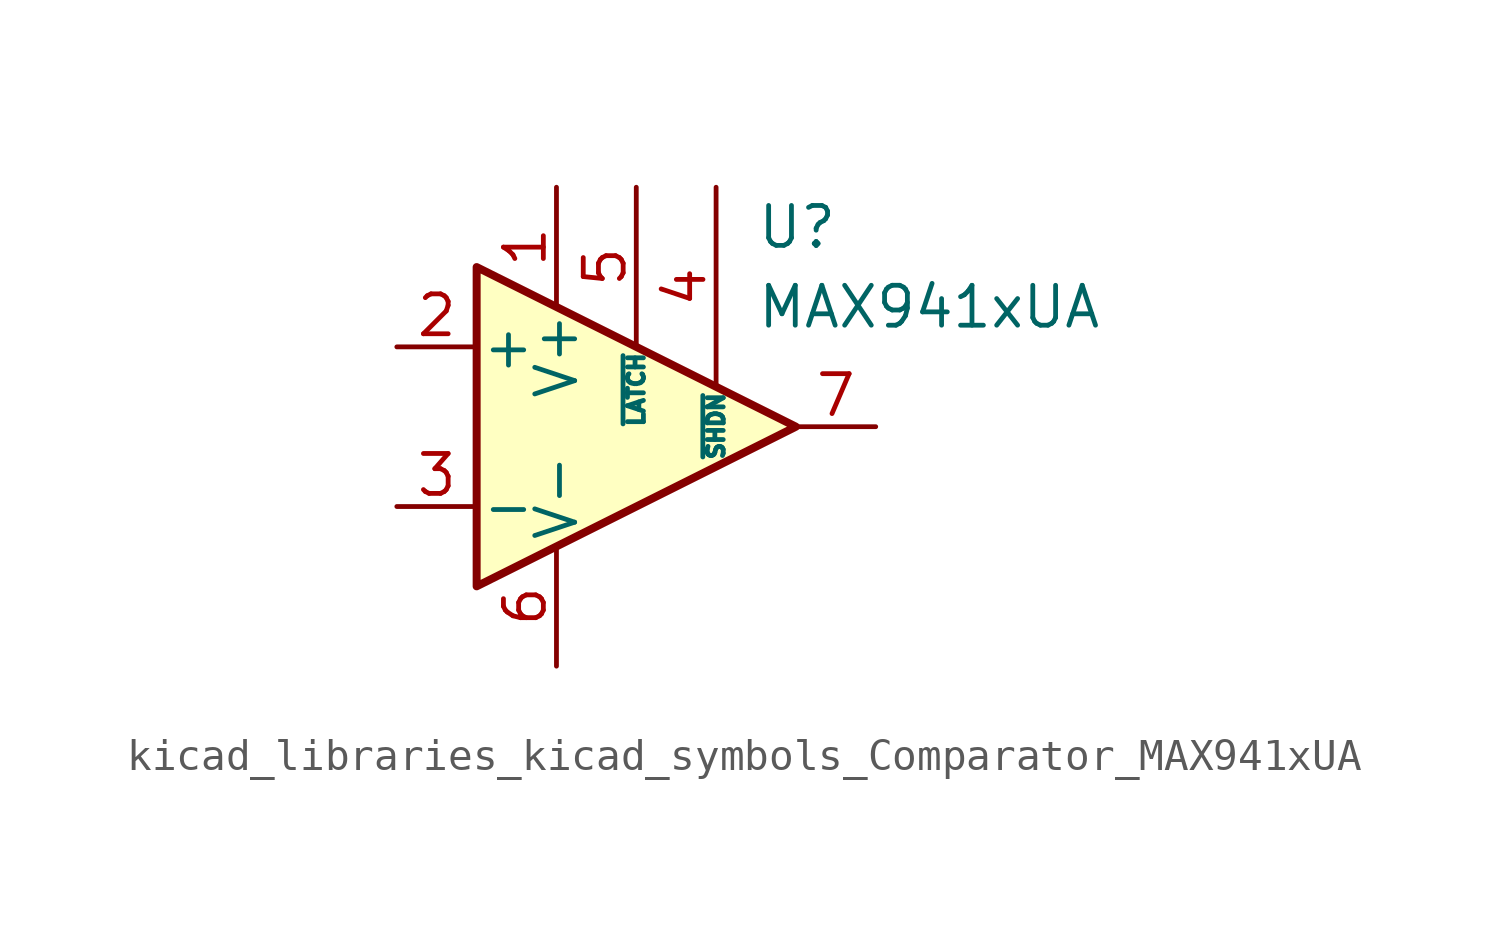
<source format=kicad_sym>
(kicad_symbol_lib
  (version 20220914)
  (generator kicad_symbol_editor)
  (symbol "kicad_libraries_kicad_symbols_Comparator_MAX941xUA"
    (pin_names
      (offset 0.127))
    (property "Reference" "U"
      (at 3.81 6.35 0)
      (effects (font (size 1.27 1.27)) (justify left)))
    (property "Value" "MAX941xUA"
      (at 3.81 3.81 0)
      (effects (font (size 1.27 1.27)) (justify left)))
    (symbol "kicad_libraries_kicad_symbols_Comparator_MAX941xUA_0_1"
      (polyline (pts (xy -5.08 5.08) (xy -5.08 -5.08) (xy 5.08 0) (xy -5.08 5.08)) (stroke (width 0.254) (type default)) (fill (type background))))
    (symbol "kicad_libraries_kicad_symbols_Comparator_MAX941xUA_1_1"
      (pin power_in line (at -2.54 7.62 270) (length 3.81) (name "V+" (effects (font (size 1.27 1.27)))) (number "1" (effects (font (size 1.27 1.27)))))
      (pin input line (at -7.62 2.54 0) (length 2.54) (name "+" (effects (font (size 1.27 1.27)))) (number "2" (effects (font (size 1.27 1.27)))))
      (pin input line (at -7.62 -2.54 0) (length 2.54) (name "-" (effects (font (size 1.27 1.27)))) (number "3" (effects (font (size 1.27 1.27)))))
      (pin input line (at 2.54 7.62 270) (length 6.35) (name "~{SHDN}" (effects (font (size 0.508 0.508)))) (number "4" (effects (font (size 1.27 1.27)))))
      (pin input line (at 0 7.62 270) (length 5.08) (name "~{LATCH}" (effects (font (size 0.508 0.508)))) (number "5" (effects (font (size 1.27 1.27)))))
      (pin power_in line (at -2.54 -7.62 90) (length 3.81) (name "V-" (effects (font (size 1.27 1.27)))) (number "6" (effects (font (size 1.27 1.27)))))
      (pin output line (at 7.62 0 180) (length 2.54) (name "~" (effects (font (size 1.27 1.27)))) (number "7" (effects (font (size 1.27 1.27)))))
      (pin no_connect line (at 0 -2.54 90) (length 2.54) hide (name "NC" (effects (font (size 0.508 0.508)))) (number "8" (effects (font (size 1.27 1.27))))))))
</source>
